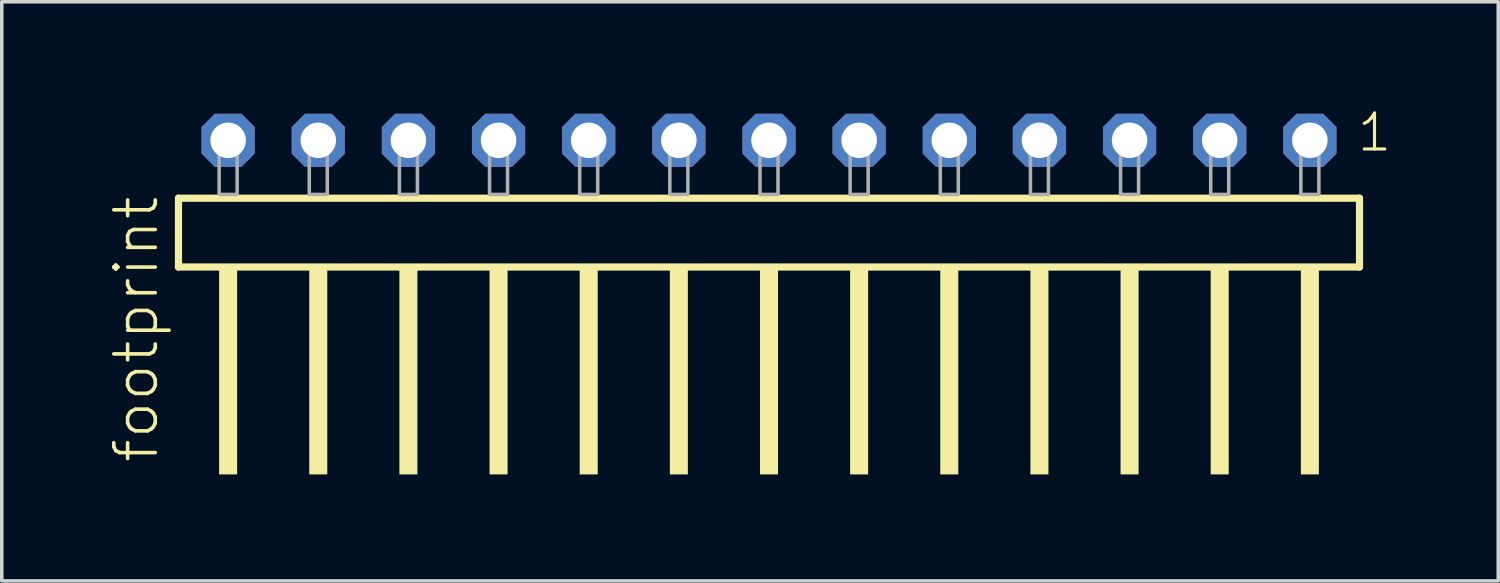
<source format=kicad_pcb>
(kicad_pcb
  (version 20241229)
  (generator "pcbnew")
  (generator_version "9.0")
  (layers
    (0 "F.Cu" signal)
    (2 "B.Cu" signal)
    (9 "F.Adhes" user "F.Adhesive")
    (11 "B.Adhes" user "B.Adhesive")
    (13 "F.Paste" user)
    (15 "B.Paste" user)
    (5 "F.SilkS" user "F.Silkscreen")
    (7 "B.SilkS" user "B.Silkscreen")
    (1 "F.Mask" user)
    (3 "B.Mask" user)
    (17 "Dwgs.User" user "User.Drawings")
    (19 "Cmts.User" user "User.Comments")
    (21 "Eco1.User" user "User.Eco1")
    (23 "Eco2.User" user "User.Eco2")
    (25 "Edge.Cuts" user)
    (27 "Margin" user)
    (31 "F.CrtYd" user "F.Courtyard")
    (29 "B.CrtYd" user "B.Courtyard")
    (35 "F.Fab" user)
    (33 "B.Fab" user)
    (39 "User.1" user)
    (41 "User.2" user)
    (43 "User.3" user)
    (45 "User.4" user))
  (footprint "footprint"
    (layer "F.Cu")
    (at 18.618 2.428)
    (property "Reference" "footprint" (at -17.145 7.62 90) (layer "F.SilkS") (effects (font (size 1.168 1.168) (thickness 0.102)) (justify left bottom)))
    (fp_line (start -16.639 0.106) (end -16.639 2.046) (stroke (width 0.203) (type solid)) (layer "F.SilkS"))
    (fp_line (start -16.639 2.046) (end 16.639 2.046) (stroke (width 0.203) (type solid)) (layer "F.SilkS"))
    (fp_line (start 16.639 0.106) (end -16.639 0.106) (stroke (width 0.203) (type solid)) (layer "F.SilkS"))
    (fp_line (start 16.639 2.046) (end 16.639 0.106) (stroke (width 0.203) (type solid)) (layer "F.SilkS"))
    (fp_poly (pts (xy -15.494 7.89) (xy -14.986 7.89) (xy -14.986 2.04) (xy -15.494 2.04)) (stroke (width 0) (type solid)) (fill yes) (layer "F.SilkS"))
    (fp_poly (pts (xy -12.954 7.89) (xy -12.446 7.89) (xy -12.446 2.04) (xy -12.954 2.04)) (stroke (width 0) (type solid)) (fill yes) (layer "F.SilkS"))
    (fp_poly (pts (xy -10.414 7.89) (xy -9.906 7.89) (xy -9.906 2.04) (xy -10.414 2.04)) (stroke (width 0) (type solid)) (fill yes) (layer "F.SilkS"))
    (fp_poly (pts (xy -7.874 7.89) (xy -7.366 7.89) (xy -7.366 2.04) (xy -7.874 2.04)) (stroke (width 0) (type solid)) (fill yes) (layer "F.SilkS"))
    (fp_poly (pts (xy -5.334 7.89) (xy -4.826 7.89) (xy -4.826 2.04) (xy -5.334 2.04)) (stroke (width 0) (type solid)) (fill yes) (layer "F.SilkS"))
    (fp_poly (pts (xy -2.794 7.89) (xy -2.286 7.89) (xy -2.286 2.04) (xy -2.794 2.04)) (stroke (width 0) (type solid)) (fill yes) (layer "F.SilkS"))
    (fp_poly (pts (xy -0.254 7.89) (xy 0.254 7.89) (xy 0.254 2.04) (xy -0.254 2.04)) (stroke (width 0) (type solid)) (fill yes) (layer "F.SilkS"))
    (fp_poly (pts (xy 2.286 7.89) (xy 2.794 7.89) (xy 2.794 2.04) (xy 2.286 2.04)) (stroke (width 0) (type solid)) (fill yes) (layer "F.SilkS"))
    (fp_poly (pts (xy 4.826 7.89) (xy 5.334 7.89) (xy 5.334 2.04) (xy 4.826 2.04)) (stroke (width 0) (type solid)) (fill yes) (layer "F.SilkS"))
    (fp_poly (pts (xy 7.366 7.89) (xy 7.874 7.89) (xy 7.874 2.04) (xy 7.366 2.04)) (stroke (width 0) (type solid)) (fill yes) (layer "F.SilkS"))
    (fp_poly (pts (xy 9.906 7.89) (xy 10.414 7.89) (xy 10.414 2.04) (xy 9.906 2.04)) (stroke (width 0) (type solid)) (fill yes) (layer "F.SilkS"))
    (fp_poly (pts (xy 12.446 7.89) (xy 12.954 7.89) (xy 12.954 2.04) (xy 12.446 2.04)) (stroke (width 0) (type solid)) (fill yes) (layer "F.SilkS"))
    (fp_poly (pts (xy 14.986 7.89) (xy 15.494 7.89) (xy 15.494 2.04) (xy 14.986 2.04)) (stroke (width 0) (type solid)) (fill yes) (layer "F.SilkS"))
    (fp_poly (pts (xy -15.494 0) (xy -14.986 0) (xy -14.986 -1.778) (xy -15.494 -1.778)) (stroke (width 0.1) (type solid)) (fill no) (layer "F.Fab"))
    (fp_poly (pts (xy -12.954 0) (xy -12.446 0) (xy -12.446 -1.778) (xy -12.954 -1.778)) (stroke (width 0.1) (type solid)) (fill no) (layer "F.Fab"))
    (fp_poly (pts (xy -10.414 0) (xy -9.906 0) (xy -9.906 -1.778) (xy -10.414 -1.778)) (stroke (width 0.1) (type solid)) (fill no) (layer "F.Fab"))
    (fp_poly (pts (xy -7.874 0) (xy -7.366 0) (xy -7.366 -1.778) (xy -7.874 -1.778)) (stroke (width 0.1) (type solid)) (fill no) (layer "F.Fab"))
    (fp_poly (pts (xy -5.334 0) (xy -4.826 0) (xy -4.826 -1.778) (xy -5.334 -1.778)) (stroke (width 0.1) (type solid)) (fill no) (layer "F.Fab"))
    (fp_poly (pts (xy -2.794 0) (xy -2.286 0) (xy -2.286 -1.778) (xy -2.794 -1.778)) (stroke (width 0.1) (type solid)) (fill no) (layer "F.Fab"))
    (fp_poly (pts (xy -0.254 0) (xy 0.254 0) (xy 0.254 -1.778) (xy -0.254 -1.778)) (stroke (width 0.1) (type solid)) (fill no) (layer "F.Fab"))
    (fp_poly (pts (xy 2.286 0) (xy 2.794 0) (xy 2.794 -1.778) (xy 2.286 -1.778)) (stroke (width 0.1) (type solid)) (fill no) (layer "F.Fab"))
    (fp_poly (pts (xy 4.826 0) (xy 5.334 0) (xy 5.334 -1.778) (xy 4.826 -1.778)) (stroke (width 0.1) (type solid)) (fill no) (layer "F.Fab"))
    (fp_poly (pts (xy 7.366 0) (xy 7.874 0) (xy 7.874 -1.778) (xy 7.366 -1.778)) (stroke (width 0.1) (type solid)) (fill no) (layer "F.Fab"))
    (fp_poly (pts (xy 9.906 0) (xy 10.414 0) (xy 10.414 -1.778) (xy 9.906 -1.778)) (stroke (width 0.1) (type solid)) (fill no) (layer "F.Fab"))
    (fp_poly (pts (xy 12.446 0) (xy 12.954 0) (xy 12.954 -1.778) (xy 12.446 -1.778)) (stroke (width 0.1) (type solid)) (fill no) (layer "F.Fab"))
    (fp_poly (pts (xy 14.986 0) (xy 15.494 0) (xy 15.494 -1.778) (xy 14.986 -1.778)) (stroke (width 0.1) (type solid)) (fill no) (layer "F.Fab"))
    (fp_text user "1" (at 16.522 -1.152 0) (layer "F.SilkS") (effects (font (size 1.012 1.012) (thickness 0.088)) (justify left bottom)))
    (pad "1" thru_hole roundrect (at 15.24 -1.524 180) (size 1.5 1.5) (drill 1) (layers "*.Cu" "*.Mask") (roundrect_rratio 0.25) (chamfer_ratio 0.25) (chamfer top_left top_right bottom_left bottom_right))
    (pad "2" thru_hole roundrect (at 12.7 -1.524 180) (size 1.5 1.5) (drill 1) (layers "*.Cu" "*.Mask") (roundrect_rratio 0.25) (chamfer_ratio 0.25) (chamfer top_left top_right bottom_left bottom_right))
    (pad "3" thru_hole roundrect (at 10.16 -1.524 180) (size 1.5 1.5) (drill 1) (layers "*.Cu" "*.Mask") (roundrect_rratio 0.25) (chamfer_ratio 0.25) (chamfer top_left top_right bottom_left bottom_right))
    (pad "4" thru_hole roundrect (at 7.62 -1.524 180) (size 1.5 1.5) (drill 1) (layers "*.Cu" "*.Mask") (roundrect_rratio 0.25) (chamfer_ratio 0.25) (chamfer top_left top_right bottom_left bottom_right))
    (pad "5" thru_hole roundrect (at 5.08 -1.524 180) (size 1.5 1.5) (drill 1) (layers "*.Cu" "*.Mask") (roundrect_rratio 0.25) (chamfer_ratio 0.25) (chamfer top_left top_right bottom_left bottom_right))
    (pad "6" thru_hole roundrect (at 2.54 -1.524 180) (size 1.5 1.5) (drill 1) (layers "*.Cu" "*.Mask") (roundrect_rratio 0.25) (chamfer_ratio 0.25) (chamfer top_left top_right bottom_left bottom_right))
    (pad "7" thru_hole roundrect (at 0 -1.524 180) (size 1.5 1.5) (drill 1) (layers "*.Cu" "*.Mask") (roundrect_rratio 0.25) (chamfer_ratio 0.25) (chamfer top_left top_right bottom_left bottom_right))
    (pad "8" thru_hole roundrect (at -2.54 -1.524 180) (size 1.5 1.5) (drill 1) (layers "*.Cu" "*.Mask") (roundrect_rratio 0.25) (chamfer_ratio 0.25) (chamfer top_left top_right bottom_left bottom_right))
    (pad "9" thru_hole roundrect (at -5.08 -1.524 180) (size 1.5 1.5) (drill 1) (layers "*.Cu" "*.Mask") (roundrect_rratio 0.25) (chamfer_ratio 0.25) (chamfer top_left top_right bottom_left bottom_right))
    (pad "10" thru_hole roundrect (at -7.62 -1.524 180) (size 1.5 1.5) (drill 1) (layers "*.Cu" "*.Mask") (roundrect_rratio 0.25) (chamfer_ratio 0.25) (chamfer top_left top_right bottom_left bottom_right))
    (pad "11" thru_hole roundrect (at -10.16 -1.524 180) (size 1.5 1.5) (drill 1) (layers "*.Cu" "*.Mask") (roundrect_rratio 0.25) (chamfer_ratio 0.25) (chamfer top_left top_right bottom_left bottom_right))
    (pad "12" thru_hole roundrect (at -12.7 -1.524 180) (size 1.5 1.5) (drill 1) (layers "*.Cu" "*.Mask") (roundrect_rratio 0.25) (chamfer_ratio 0.25) (chamfer top_left top_right bottom_left bottom_right))
    (pad "13" thru_hole roundrect (at -15.24 -1.524 180) (size 1.5 1.5) (drill 1) (layers "*.Cu" "*.Mask") (roundrect_rratio 0.25) (chamfer_ratio 0.25) (chamfer top_left top_right bottom_left bottom_right)))
  (gr_rect
    (start -3 -3)
    (end 39.166 13.318)
    (stroke (width 0.1) (type default))
    (fill no)
    (layer "Edge.Cuts")))
</source>
